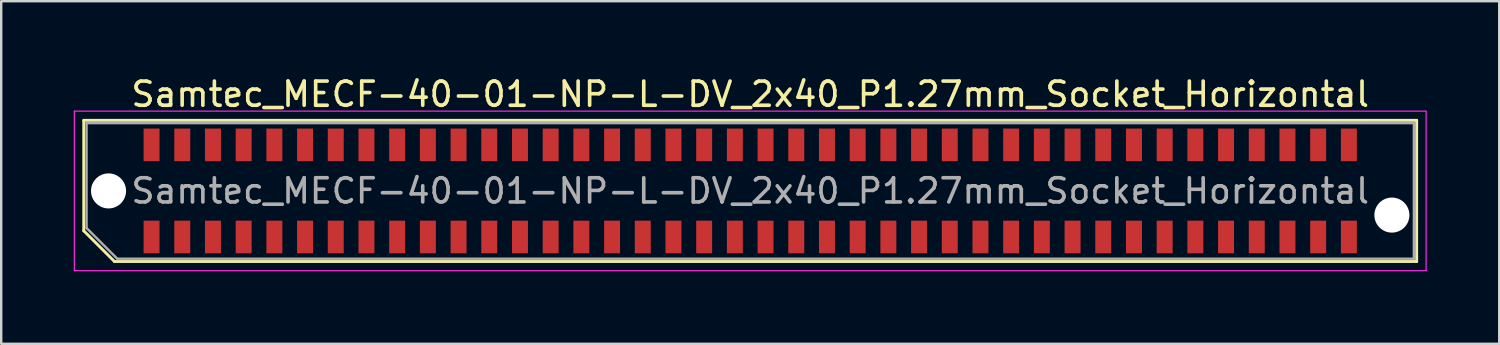
<source format=kicad_pcb>
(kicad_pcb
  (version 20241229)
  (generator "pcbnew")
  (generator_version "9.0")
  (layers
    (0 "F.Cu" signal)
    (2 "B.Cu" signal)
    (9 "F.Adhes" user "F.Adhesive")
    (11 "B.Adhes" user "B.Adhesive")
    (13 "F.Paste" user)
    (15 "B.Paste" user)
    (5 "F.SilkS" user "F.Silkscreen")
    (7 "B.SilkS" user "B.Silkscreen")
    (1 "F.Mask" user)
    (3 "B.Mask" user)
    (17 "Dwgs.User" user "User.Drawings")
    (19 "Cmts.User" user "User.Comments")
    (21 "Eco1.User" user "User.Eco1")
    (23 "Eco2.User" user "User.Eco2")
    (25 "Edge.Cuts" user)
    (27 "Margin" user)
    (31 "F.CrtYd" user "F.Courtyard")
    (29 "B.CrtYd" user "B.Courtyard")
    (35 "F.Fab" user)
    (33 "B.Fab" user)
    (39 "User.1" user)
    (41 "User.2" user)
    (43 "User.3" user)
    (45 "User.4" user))
  (footprint "Samtec_MECF-40-01-NP-L-DV_2x40_P1.27mm_Socket_Horizontal"
    (layer "F.Cu")
    (at 27.985 4.848)
    (property "Reference" "Samtec_MECF-40-01-NP-L-DV_2x40_P1.27mm_Socket_Horizontal" (at 0 -4 0) (layer "F.SilkS") (effects (font (size 1 1) (thickness 0.15))))
    (attr smd)
    (fp_line (start -27.57 -2.92) (end 27.57 -2.92) (stroke (width 0.12) (type solid)) (layer "F.SilkS"))
    (fp_line (start -27.57 1.65) (end -27.57 -2.92) (stroke (width 0.12) (type solid)) (layer "F.SilkS"))
    (fp_line (start -26.3 2.92) (end -27.57 1.65) (stroke (width 0.12) (type solid)) (layer "F.SilkS"))
    (fp_line (start -26.3 2.92) (end 27.57 2.92) (stroke (width 0.12) (type solid)) (layer "F.SilkS"))
    (fp_line (start 27.57 2.92) (end 27.57 -2.92) (stroke (width 0.12) (type solid)) (layer "F.SilkS"))
    (fp_line (start -27.96 -3.3) (end -27.96 3.3) (stroke (width 0.05) (type solid)) (layer "F.CrtYd"))
    (fp_line (start -27.96 3.3) (end 27.96 3.3) (stroke (width 0.05) (type solid)) (layer "F.CrtYd"))
    (fp_line (start 27.96 -3.3) (end -27.96 -3.3) (stroke (width 0.05) (type solid)) (layer "F.CrtYd"))
    (fp_line (start 27.96 3.3) (end 27.96 -3.3) (stroke (width 0.05) (type solid)) (layer "F.CrtYd"))
    (fp_line (start -27.455 -2.805) (end 27.455 -2.805) (stroke (width 0.1) (type solid)) (layer "F.Fab"))
    (fp_line (start -27.455 1.535) (end -27.455 -2.805) (stroke (width 0.1) (type solid)) (layer "F.Fab"))
    (fp_line (start -27.455 1.535) (end -26.185 2.805) (stroke (width 0.1) (type solid)) (layer "F.Fab"))
    (fp_line (start -26.185 2.805) (end 27.455 2.805) (stroke (width 0.1) (type solid)) (layer "F.Fab"))
    (fp_line (start 27.455 2.805) (end 27.455 -2.805) (stroke (width 0.1) (type solid)) (layer "F.Fab"))
    (fp_text user "${REFERENCE}" (at 0 0 0) (layer "F.Fab") (effects (font (size 1 1) (thickness 0.15))))
    (pad "" np_thru_hole circle (at -26.545 0) (size 1.45 1.45) (drill 1.45) (layers "*.Cu" "*.Mask"))
    (pad "" np_thru_hole circle (at 26.545 1) (size 1.45 1.45) (drill 1.45) (layers "*.Cu" "*.Mask"))
    (pad "1" smd rect (at -24.765 1.905) (size 0.66 1.35) (layers "F.Cu" "F.Mask" "F.Paste"))
    (pad "2" smd rect (at -24.765 -1.905) (size 0.66 1.35) (layers "F.Cu" "F.Mask" "F.Paste"))
    (pad "3" smd rect (at -23.495 1.905) (size 0.66 1.35) (layers "F.Cu" "F.Mask" "F.Paste"))
    (pad "4" smd rect (at -23.495 -1.905) (size 0.66 1.35) (layers "F.Cu" "F.Mask" "F.Paste"))
    (pad "5" smd rect (at -22.225 1.905) (size 0.66 1.35) (layers "F.Cu" "F.Mask" "F.Paste"))
    (pad "6" smd rect (at -22.225 -1.905) (size 0.66 1.35) (layers "F.Cu" "F.Mask" "F.Paste"))
    (pad "7" smd rect (at -20.955 1.905) (size 0.66 1.35) (layers "F.Cu" "F.Mask" "F.Paste"))
    (pad "8" smd rect (at -20.955 -1.905) (size 0.66 1.35) (layers "F.Cu" "F.Mask" "F.Paste"))
    (pad "9" smd rect (at -19.685 1.905) (size 0.66 1.35) (layers "F.Cu" "F.Mask" "F.Paste"))
    (pad "10" smd rect (at -19.685 -1.905) (size 0.66 1.35) (layers "F.Cu" "F.Mask" "F.Paste"))
    (pad "11" smd rect (at -18.415 1.905) (size 0.66 1.35) (layers "F.Cu" "F.Mask" "F.Paste"))
    (pad "12" smd rect (at -18.415 -1.905) (size 0.66 1.35) (layers "F.Cu" "F.Mask" "F.Paste"))
    (pad "13" smd rect (at -17.145 1.905) (size 0.66 1.35) (layers "F.Cu" "F.Mask" "F.Paste"))
    (pad "14" smd rect (at -17.145 -1.905) (size 0.66 1.35) (layers "F.Cu" "F.Mask" "F.Paste"))
    (pad "15" smd rect (at -15.875 1.905) (size 0.66 1.35) (layers "F.Cu" "F.Mask" "F.Paste"))
    (pad "16" smd rect (at -15.875 -1.905) (size 0.66 1.35) (layers "F.Cu" "F.Mask" "F.Paste"))
    (pad "17" smd rect (at -14.605 1.905) (size 0.66 1.35) (layers "F.Cu" "F.Mask" "F.Paste"))
    (pad "18" smd rect (at -14.605 -1.905) (size 0.66 1.35) (layers "F.Cu" "F.Mask" "F.Paste"))
    (pad "19" smd rect (at -13.335 1.905) (size 0.66 1.35) (layers "F.Cu" "F.Mask" "F.Paste"))
    (pad "20" smd rect (at -13.335 -1.905) (size 0.66 1.35) (layers "F.Cu" "F.Mask" "F.Paste"))
    (pad "21" smd rect (at -12.065 1.905) (size 0.66 1.35) (layers "F.Cu" "F.Mask" "F.Paste"))
    (pad "22" smd rect (at -12.065 -1.905) (size 0.66 1.35) (layers "F.Cu" "F.Mask" "F.Paste"))
    (pad "23" smd rect (at -10.795 1.905) (size 0.66 1.35) (layers "F.Cu" "F.Mask" "F.Paste"))
    (pad "24" smd rect (at -10.795 -1.905) (size 0.66 1.35) (layers "F.Cu" "F.Mask" "F.Paste"))
    (pad "25" smd rect (at -9.525 1.905) (size 0.66 1.35) (layers "F.Cu" "F.Mask" "F.Paste"))
    (pad "26" smd rect (at -9.525 -1.905) (size 0.66 1.35) (layers "F.Cu" "F.Mask" "F.Paste"))
    (pad "27" smd rect (at -8.255 1.905) (size 0.66 1.35) (layers "F.Cu" "F.Mask" "F.Paste"))
    (pad "28" smd rect (at -8.255 -1.905) (size 0.66 1.35) (layers "F.Cu" "F.Mask" "F.Paste"))
    (pad "29" smd rect (at -6.985 1.905) (size 0.66 1.35) (layers "F.Cu" "F.Mask" "F.Paste"))
    (pad "30" smd rect (at -6.985 -1.905) (size 0.66 1.35) (layers "F.Cu" "F.Mask" "F.Paste"))
    (pad "31" smd rect (at -5.715 1.905) (size 0.66 1.35) (layers "F.Cu" "F.Mask" "F.Paste"))
    (pad "32" smd rect (at -5.715 -1.905) (size 0.66 1.35) (layers "F.Cu" "F.Mask" "F.Paste"))
    (pad "33" smd rect (at -4.445 1.905) (size 0.66 1.35) (layers "F.Cu" "F.Mask" "F.Paste"))
    (pad "34" smd rect (at -4.445 -1.905) (size 0.66 1.35) (layers "F.Cu" "F.Mask" "F.Paste"))
    (pad "35" smd rect (at -3.175 1.905) (size 0.66 1.35) (layers "F.Cu" "F.Mask" "F.Paste"))
    (pad "36" smd rect (at -3.175 -1.905) (size 0.66 1.35) (layers "F.Cu" "F.Mask" "F.Paste"))
    (pad "37" smd rect (at -1.905 1.905) (size 0.66 1.35) (layers "F.Cu" "F.Mask" "F.Paste"))
    (pad "38" smd rect (at -1.905 -1.905) (size 0.66 1.35) (layers "F.Cu" "F.Mask" "F.Paste"))
    (pad "39" smd rect (at -0.635 1.905) (size 0.66 1.35) (layers "F.Cu" "F.Mask" "F.Paste"))
    (pad "40" smd rect (at -0.635 -1.905) (size 0.66 1.35) (layers "F.Cu" "F.Mask" "F.Paste"))
    (pad "41" smd rect (at 0.635 1.905) (size 0.66 1.35) (layers "F.Cu" "F.Mask" "F.Paste"))
    (pad "42" smd rect (at 0.635 -1.905) (size 0.66 1.35) (layers "F.Cu" "F.Mask" "F.Paste"))
    (pad "43" smd rect (at 1.905 1.905) (size 0.66 1.35) (layers "F.Cu" "F.Mask" "F.Paste"))
    (pad "44" smd rect (at 1.905 -1.905) (size 0.66 1.35) (layers "F.Cu" "F.Mask" "F.Paste"))
    (pad "45" smd rect (at 3.175 1.905) (size 0.66 1.35) (layers "F.Cu" "F.Mask" "F.Paste"))
    (pad "46" smd rect (at 3.175 -1.905) (size 0.66 1.35) (layers "F.Cu" "F.Mask" "F.Paste"))
    (pad "47" smd rect (at 4.445 1.905) (size 0.66 1.35) (layers "F.Cu" "F.Mask" "F.Paste"))
    (pad "48" smd rect (at 4.445 -1.905) (size 0.66 1.35) (layers "F.Cu" "F.Mask" "F.Paste"))
    (pad "49" smd rect (at 5.715 1.905) (size 0.66 1.35) (layers "F.Cu" "F.Mask" "F.Paste"))
    (pad "50" smd rect (at 5.715 -1.905) (size 0.66 1.35) (layers "F.Cu" "F.Mask" "F.Paste"))
    (pad "51" smd rect (at 6.985 1.905) (size 0.66 1.35) (layers "F.Cu" "F.Mask" "F.Paste"))
    (pad "52" smd rect (at 6.985 -1.905) (size 0.66 1.35) (layers "F.Cu" "F.Mask" "F.Paste"))
    (pad "53" smd rect (at 8.255 1.905) (size 0.66 1.35) (layers "F.Cu" "F.Mask" "F.Paste"))
    (pad "54" smd rect (at 8.255 -1.905) (size 0.66 1.35) (layers "F.Cu" "F.Mask" "F.Paste"))
    (pad "55" smd rect (at 9.525 1.905) (size 0.66 1.35) (layers "F.Cu" "F.Mask" "F.Paste"))
    (pad "56" smd rect (at 9.525 -1.905) (size 0.66 1.35) (layers "F.Cu" "F.Mask" "F.Paste"))
    (pad "57" smd rect (at 10.795 1.905) (size 0.66 1.35) (layers "F.Cu" "F.Mask" "F.Paste"))
    (pad "58" smd rect (at 10.795 -1.905) (size 0.66 1.35) (layers "F.Cu" "F.Mask" "F.Paste"))
    (pad "59" smd rect (at 12.065 1.905) (size 0.66 1.35) (layers "F.Cu" "F.Mask" "F.Paste"))
    (pad "60" smd rect (at 12.065 -1.905) (size 0.66 1.35) (layers "F.Cu" "F.Mask" "F.Paste"))
    (pad "61" smd rect (at 13.335 1.905) (size 0.66 1.35) (layers "F.Cu" "F.Mask" "F.Paste"))
    (pad "62" smd rect (at 13.335 -1.905) (size 0.66 1.35) (layers "F.Cu" "F.Mask" "F.Paste"))
    (pad "63" smd rect (at 14.605 1.905) (size 0.66 1.35) (layers "F.Cu" "F.Mask" "F.Paste"))
    (pad "64" smd rect (at 14.605 -1.905) (size 0.66 1.35) (layers "F.Cu" "F.Mask" "F.Paste"))
    (pad "65" smd rect (at 15.875 1.905) (size 0.66 1.35) (layers "F.Cu" "F.Mask" "F.Paste"))
    (pad "66" smd rect (at 15.875 -1.905) (size 0.66 1.35) (layers "F.Cu" "F.Mask" "F.Paste"))
    (pad "67" smd rect (at 17.145 1.905) (size 0.66 1.35) (layers "F.Cu" "F.Mask" "F.Paste"))
    (pad "68" smd rect (at 17.145 -1.905) (size 0.66 1.35) (layers "F.Cu" "F.Mask" "F.Paste"))
    (pad "69" smd rect (at 18.415 1.905) (size 0.66 1.35) (layers "F.Cu" "F.Mask" "F.Paste"))
    (pad "70" smd rect (at 18.415 -1.905) (size 0.66 1.35) (layers "F.Cu" "F.Mask" "F.Paste"))
    (pad "71" smd rect (at 19.685 1.905) (size 0.66 1.35) (layers "F.Cu" "F.Mask" "F.Paste"))
    (pad "72" smd rect (at 19.685 -1.905) (size 0.66 1.35) (layers "F.Cu" "F.Mask" "F.Paste"))
    (pad "73" smd rect (at 20.955 1.905) (size 0.66 1.35) (layers "F.Cu" "F.Mask" "F.Paste"))
    (pad "74" smd rect (at 20.955 -1.905) (size 0.66 1.35) (layers "F.Cu" "F.Mask" "F.Paste"))
    (pad "75" smd rect (at 22.225 1.905) (size 0.66 1.35) (layers "F.Cu" "F.Mask" "F.Paste"))
    (pad "76" smd rect (at 22.225 -1.905) (size 0.66 1.35) (layers "F.Cu" "F.Mask" "F.Paste"))
    (pad "77" smd rect (at 23.495 1.905) (size 0.66 1.35) (layers "F.Cu" "F.Mask" "F.Paste"))
    (pad "78" smd rect (at 23.495 -1.905) (size 0.66 1.35) (layers "F.Cu" "F.Mask" "F.Paste"))
    (pad "79" smd rect (at 24.765 1.905) (size 0.66 1.35) (layers "F.Cu" "F.Mask" "F.Paste"))
    (pad "80" smd rect (at 24.765 -1.905) (size 0.66 1.35) (layers "F.Cu" "F.Mask" "F.Paste")))
  (gr_rect
    (start -3 -3)
    (end 58.97 11.173)
    (stroke (width 0.1) (type default))
    (fill no)
    (layer "Edge.Cuts")))
</source>
